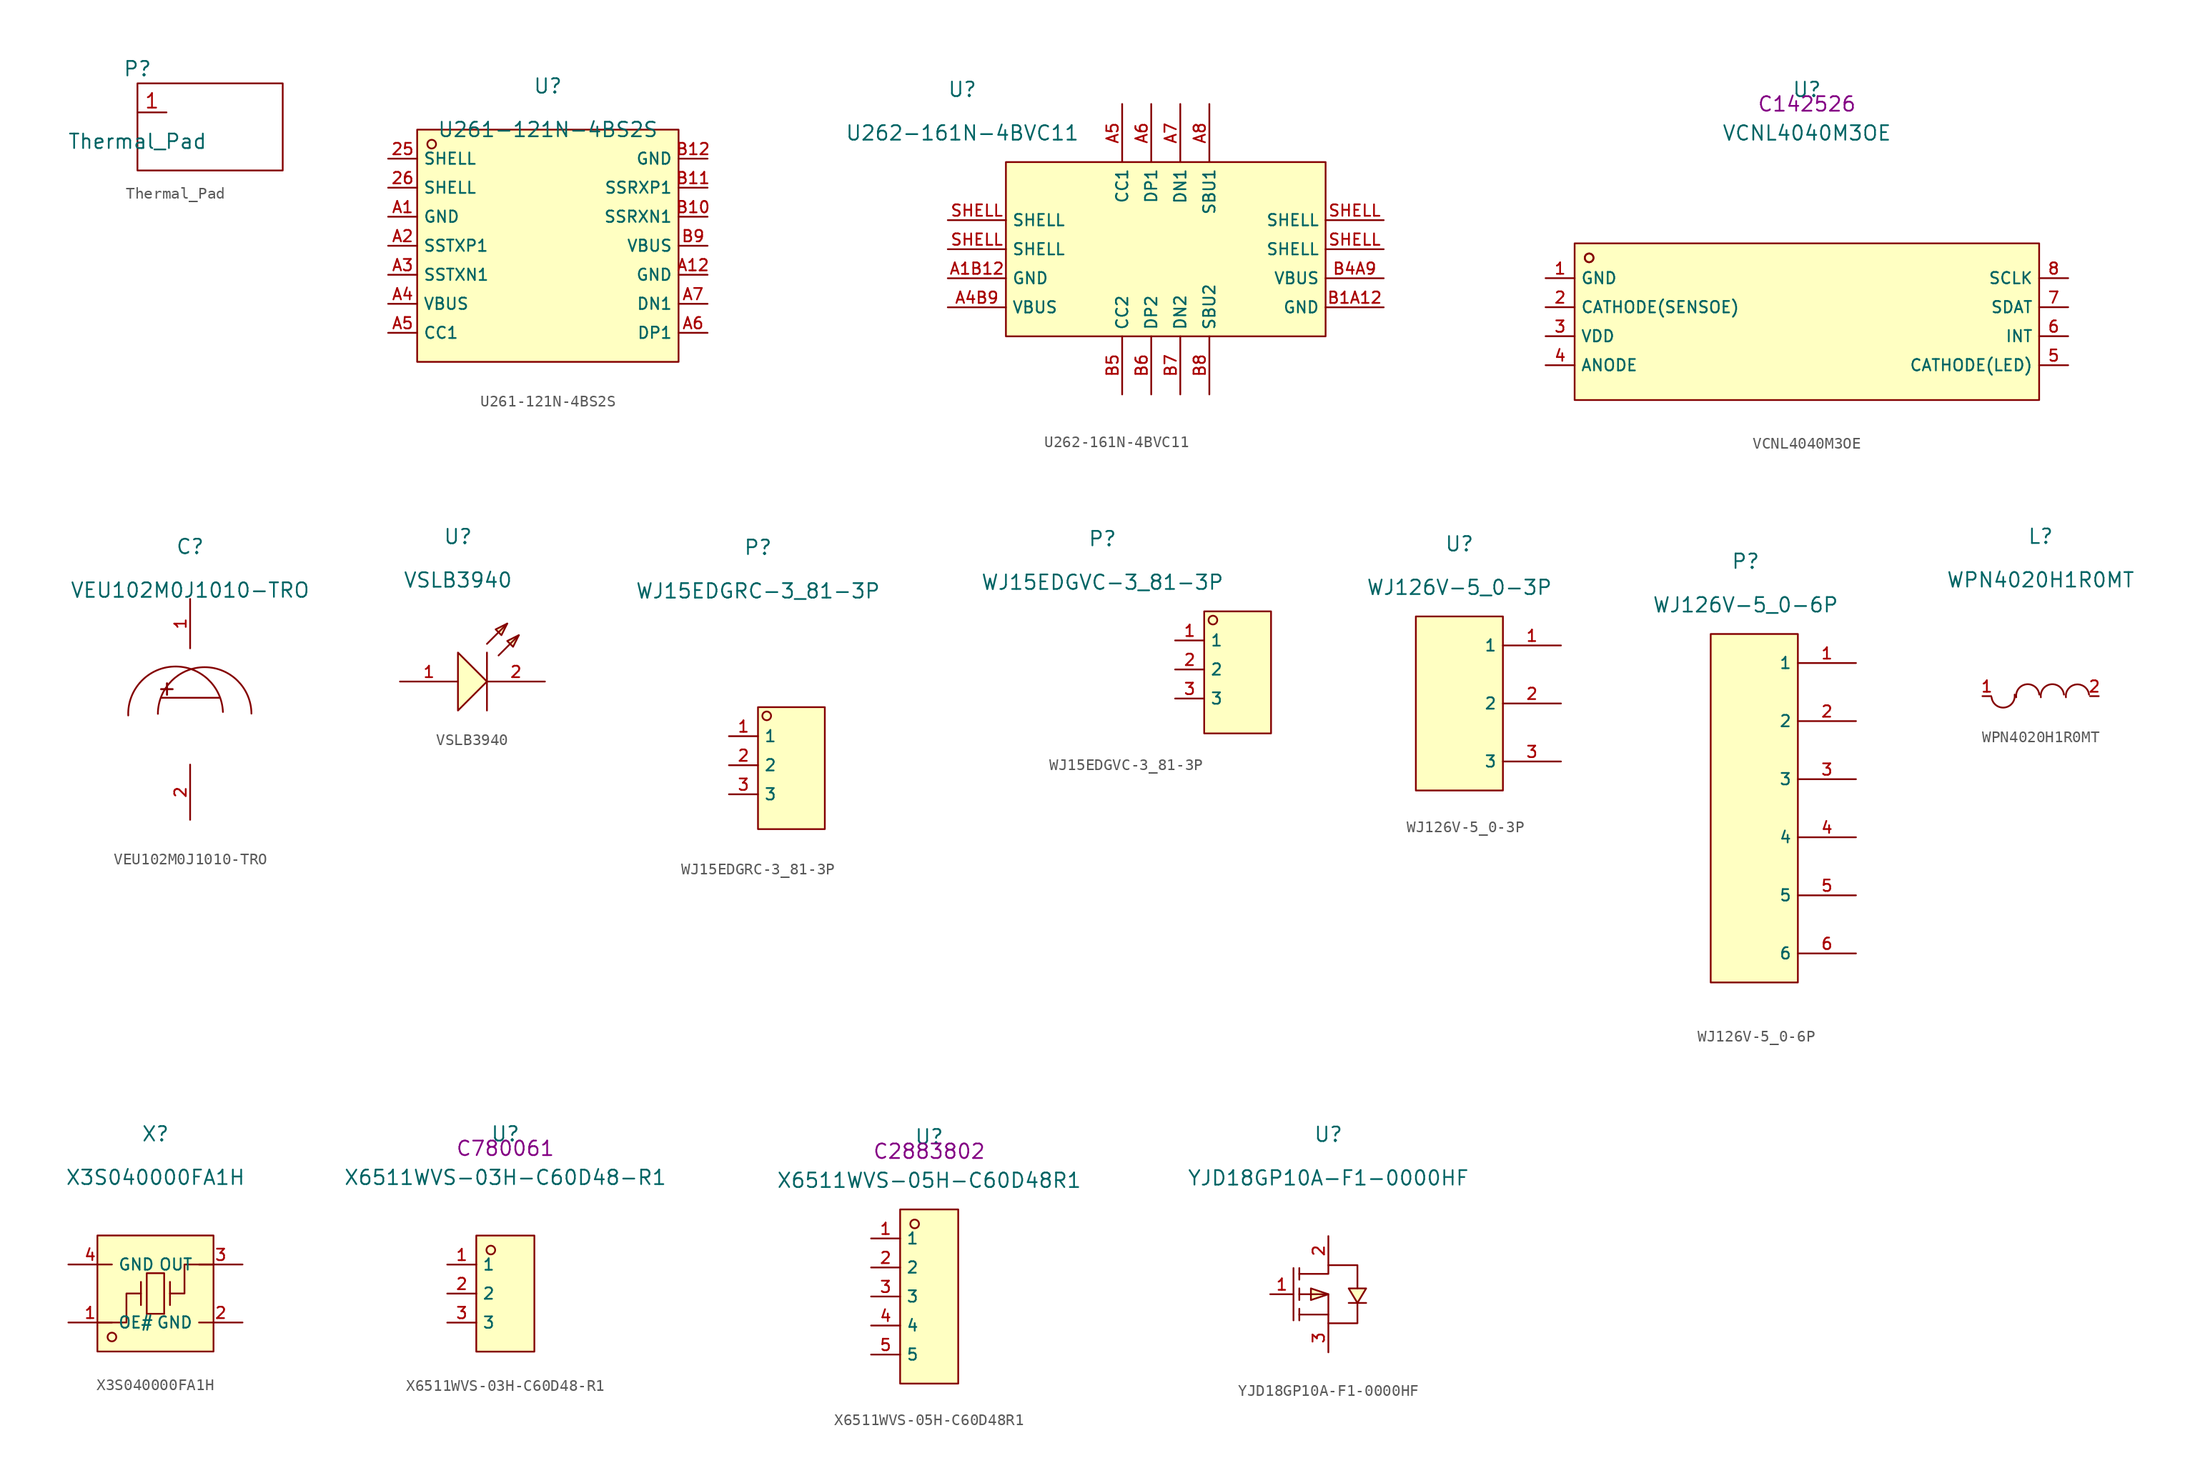
<source format=kicad_sym>
(kicad_symbol_lib
  (version 20220914)
  (generator kicad_symbol_editor)
  (symbol "Thermal_Pad"
    (property "Reference" "P"
      (at 0 3.81 0)
      (effects (font (size 1.27 1.27))))
    (property "Value" "Thermal_Pad"
      (at 0 -2.54 0)
      (effects (font (size 1.27 1.27))))
    (symbol "Thermal_Pad_0_1"
      (rectangle (start 0 2.54) (end 12.7 -5.08) (stroke (width 0.152) (type default)) (fill (type none))))
    (symbol "Thermal_Pad_1_1"
      (pin bidirectional line (at 0 0 0) (length 2.54) (name "" (effects (font (size 1.27 1.27)))) (number "1" (effects (font (size 1.27 1.27)))))))
  (symbol "U261-121N-4BS2S"
    (property "Reference" "U"
      (at 0 1.27 0)
      (effects (font (size 1.27 1.27))))
    (property "Value" "U261-121N-4BS2S"
      (at 0 -2.54 0)
      (effects (font (size 1.27 1.27))))
    (symbol "U261-121N-4BS2S_0_0"
      (rectangle (start -11.43 -2.54) (end 11.43 -22.86) (stroke (width 0) (type default)) (fill (type background)))
      (circle (center -10.16 -3.81) (radius 0.381) (stroke (width 0) (type default)) (fill (type background)))
      (pin unspecified line (at -13.97 -5.08 0) (length 2.54) (name "SHELL" (effects (font (size 1 1)))) (number "25" (effects (font (size 1 1)))))
      (pin unspecified line (at -13.97 -7.62 0) (length 2.54) (name "SHELL" (effects (font (size 1 1)))) (number "26" (effects (font (size 1 1)))))
      (pin unspecified line (at -13.97 -10.16 0) (length 2.54) (name "GND" (effects (font (size 1 1)))) (number "A1" (effects (font (size 1 1)))))
      (pin unspecified line (at 13.97 -15.24 180) (length 2.54) (name "GND" (effects (font (size 1 1)))) (number "A12" (effects (font (size 1 1)))))
      (pin unspecified line (at -13.97 -12.7 0) (length 2.54) (name "SSTXP1" (effects (font (size 1 1)))) (number "A2" (effects (font (size 1 1)))))
      (pin unspecified line (at -13.97 -15.24 0) (length 2.54) (name "SSTXN1" (effects (font (size 1 1)))) (number "A3" (effects (font (size 1 1)))))
      (pin unspecified line (at -13.97 -17.78 0) (length 2.54) (name "VBUS" (effects (font (size 1 1)))) (number "A4" (effects (font (size 1 1)))))
      (pin unspecified line (at -13.97 -20.32 0) (length 2.54) (name "CC1" (effects (font (size 1 1)))) (number "A5" (effects (font (size 1 1)))))
      (pin unspecified line (at 13.97 -20.32 180) (length 2.54) (name "DP1" (effects (font (size 1 1)))) (number "A6" (effects (font (size 1 1)))))
      (pin unspecified line (at 13.97 -17.78 180) (length 2.54) (name "DN1" (effects (font (size 1 1)))) (number "A7" (effects (font (size 1 1)))))
      (pin unspecified line (at 13.97 -10.16 180) (length 2.54) (name "SSRXN1" (effects (font (size 1 1)))) (number "B10" (effects (font (size 1 1)))))
      (pin unspecified line (at 13.97 -7.62 180) (length 2.54) (name "SSRXP1" (effects (font (size 1 1)))) (number "B11" (effects (font (size 1 1)))))
      (pin unspecified line (at 13.97 -5.08 180) (length 2.54) (name "GND" (effects (font (size 1 1)))) (number "B12" (effects (font (size 1 1)))))
      (pin unspecified line (at 13.97 -12.7 180) (length 2.54) (name "VBUS" (effects (font (size 1 1)))) (number "B9" (effects (font (size 1 1)))))))
  (symbol "U262-161N-4BVC11"
    (property "Reference" "U"
      (at -16.51 13.97 0)
      (effects (font (size 1.27 1.27))))
    (property "Value" "U262-161N-4BVC11"
      (at -16.51 10.16 0)
      (effects (font (size 1.27 1.27))))
    (symbol "U262-161N-4BVC11_0_0"
      (rectangle (start -12.7 7.62) (end 15.24 -7.62) (stroke (width 0) (type default)) (fill (type background)))
      (pin unspecified line (at -17.78 -2.54 0) (length 5.08) (name "GND" (effects (font (size 1 1)))) (number "A1B12" (effects (font (size 1 1)))))
      (pin unspecified line (at -17.78 -5.08 0) (length 5.08) (name "VBUS" (effects (font (size 1 1)))) (number "A4B9" (effects (font (size 1 1)))))
      (pin unspecified line (at -2.54 12.7 270) (length 5.08) (name "CC1" (effects (font (size 1 1)))) (number "A5" (effects (font (size 1 1)))))
      (pin unspecified line (at 0 12.7 270) (length 5.08) (name "DP1" (effects (font (size 1 1)))) (number "A6" (effects (font (size 1 1)))))
      (pin unspecified line (at 2.54 12.7 270) (length 5.08) (name "DN1" (effects (font (size 1 1)))) (number "A7" (effects (font (size 1 1)))))
      (pin unspecified line (at 5.08 12.7 270) (length 5.08) (name "SBU1" (effects (font (size 1 1)))) (number "A8" (effects (font (size 1 1)))))
      (pin unspecified line (at 20.32 -5.08 180) (length 5.08) (name "GND" (effects (font (size 1 1)))) (number "B1A12" (effects (font (size 1 1)))))
      (pin unspecified line (at 20.32 -2.54 180) (length 5.08) (name "VBUS" (effects (font (size 1 1)))) (number "B4A9" (effects (font (size 1 1)))))
      (pin unspecified line (at -2.54 -12.7 90) (length 5.08) (name "CC2" (effects (font (size 1 1)))) (number "B5" (effects (font (size 1 1)))))
      (pin unspecified line (at 0 -12.7 90) (length 5.08) (name "DP2" (effects (font (size 1 1)))) (number "B6" (effects (font (size 1 1)))))
      (pin unspecified line (at 2.54 -12.7 90) (length 5.08) (name "DN2" (effects (font (size 1 1)))) (number "B7" (effects (font (size 1 1)))))
      (pin unspecified line (at 5.08 -12.7 90) (length 5.08) (name "SBU2" (effects (font (size 1 1)))) (number "B8" (effects (font (size 1 1)))))
      (pin unspecified line (at -17.78 0 0) (length 5.08) (name "SHELL" (effects (font (size 1 1)))) (number "SHELL" (effects (font (size 1 1)))))
      (pin unspecified line (at -17.78 2.54 0) (length 5.08) (name "SHELL" (effects (font (size 1 1)))) (number "SHELL" (effects (font (size 1 1)))))
      (pin unspecified line (at 20.32 0 180) (length 5.08) (name "SHELL" (effects (font (size 1 1)))) (number "SHELL" (effects (font (size 1 1)))))
      (pin unspecified line (at 20.32 2.54 180) (length 5.08) (name "SHELL" (effects (font (size 1 1)))) (number "SHELL" (effects (font (size 1 1)))))))
  (symbol "VCNL4040M3OE"
    (property "Reference" "U"
      (at 0 1.27 0)
      (effects (font (size 1.27 1.27))))
    (property "Value" "VCNL4040M3OE"
      (at 0 -2.54 0)
      (effects (font (size 1.27 1.27))))
    (property "LCSC" "C142526"
      (at 0 0 0)
      (effects (font (size 1.27 1.27))))
    (symbol "VCNL4040M3OE_0_0"
      (rectangle (start -20.32 -12.192) (end 20.32 -25.908) (stroke (width 0) (type default)) (fill (type background)))
      (circle (center -19.05 -13.462) (radius 0.381) (stroke (width 0) (type default)) (fill (type background)))
      (circle (center -19.05 -13.462) (radius 0.381) (stroke (width 0) (type default)) (fill (type background)))
      (pin unspecified line (at -22.86 -15.24 0) (length 2.54) (name "GND" (effects (font (size 1 1)))) (number "1" (effects (font (size 1 1)))))
      (pin unspecified line (at -22.86 -17.78 0) (length 2.54) (name "CATHODE(SENSOE)" (effects (font (size 1 1)))) (number "2" (effects (font (size 1 1)))))
      (pin unspecified line (at -22.86 -20.32 0) (length 2.54) (name "VDD" (effects (font (size 1 1)))) (number "3" (effects (font (size 1 1)))))
      (pin unspecified line (at -22.86 -22.86 0) (length 2.54) (name "ANODE" (effects (font (size 1 1)))) (number "4" (effects (font (size 1 1)))))
      (pin unspecified line (at 22.86 -22.86 180) (length 2.54) (name "CATHODE(LED)" (effects (font (size 1 1)))) (number "5" (effects (font (size 1 1)))))
      (pin unspecified line (at 22.86 -20.32 180) (length 2.54) (name "INT" (effects (font (size 1 1)))) (number "6" (effects (font (size 1 1)))))
      (pin unspecified line (at 22.86 -17.78 180) (length 2.54) (name "SDAT" (effects (font (size 1 1)))) (number "7" (effects (font (size 1 1)))))
      (pin unspecified line (at 22.86 -15.24 180) (length 2.54) (name "SCLK" (effects (font (size 1 1)))) (number "8" (effects (font (size 1 1)))))))
  (symbol "VEU102M0J1010-TRO"
    (pin_names hide)
    (property "Reference" "C"
      (at 0 1.27 0)
      (effects (font (size 1.27 1.27))))
    (property "Value" "VEU102M0J1010-TRO"
      (at 0 -2.54 0)
      (effects (font (size 1.27 1.27))))
    (symbol "VEU102M0J1010-TRO_0_0"
      (rectangle (start -2.54 -11.176) (end -1.524 -11.201) (stroke (width 0) (type default)) (fill (type background)))
      (rectangle (start -2.032 -10.668) (end -2.007 -11.684) (stroke (width 0) (type default)) (fill (type background)))
      (polyline (pts (xy -2.54 -11.938) (xy 2.54 -11.938)) (stroke (width 0) (type default)) (fill (type none)))
      (arc (start 2.8653 -13.1832) (mid -1.421 -9.2178) (end -5.4053 -13.4868) (stroke (width 0) (type default)) (fill (type none)))
      (arc (start 5.3552 -13.3243) (mid 1.2593 -9.2675) (end -2.8152 -13.3457) (stroke (width 0) (type default)) (fill (type none)))
      (pin unspecified line (at 0 -7.62 90) (length 4.318) (name "1" (effects (font (size 1 1)))) (number "1" (effects (font (size 1 1)))))
      (pin unspecified line (at 0 -17.78 270) (length 4.826) (name "2" (effects (font (size 1 1)))) (number "2" (effects (font (size 1 1)))))))
  (symbol "VSLB3940"
    (pin_names hide)
    (property "Reference" "U"
      (at 0 1.27 0)
      (effects (font (size 1.27 1.27))))
    (property "Value" "VSLB3940"
      (at 0 -2.54 0)
      (effects (font (size 1.27 1.27))))
    (symbol "VSLB3940_0_0"
      (polyline (pts (xy 2.54 -13.97) (xy 2.54 -8.89)) (stroke (width 0) (type default)) (fill (type none)))
      (polyline (pts (xy 2.54 -8.128) (xy 4.318 -6.35)) (stroke (width 0) (type default)) (fill (type none)))
      (polyline (pts (xy 3.556 -9.144) (xy 5.334 -7.366)) (stroke (width 0) (type default)) (fill (type none)))
      (polyline (pts (xy 0 -8.89) (xy 2.54 -11.43) (xy 0 -13.97) (xy 0 -8.89)) (stroke (width 0) (type default)) (fill (type background)))
      (polyline (pts (xy 4.318 -6.35) (xy 3.81 -7.366) (xy 3.302 -6.858) (xy 4.318 -6.35)) (stroke (width 0) (type default)) (fill (type background)))
      (polyline (pts (xy 5.334 -7.366) (xy 4.826 -8.382) (xy 4.318 -7.874) (xy 5.334 -7.366)) (stroke (width 0) (type default)) (fill (type background)))
      (pin input line (at -5.08 -11.43 0) (length 5.08) (name "A" (effects (font (size 1 1)))) (number "1" (effects (font (size 1 1)))))
      (pin input line (at 7.62 -11.43 180) (length 5.08) (name "C" (effects (font (size 1 1)))) (number "2" (effects (font (size 1 1)))))))
  (symbol "WJ15EDGRC-3_81-3P"
    (property "Reference" "P"
      (at 0 1.27 0)
      (effects (font (size 1.27 1.27))))
    (property "Value" "WJ15EDGRC-3_81-3P"
      (at 0 -2.54 0)
      (effects (font (size 1.27 1.27))))
    (symbol "WJ15EDGRC-3_81-3P_0_0"
      (rectangle (start 0 -12.7) (end 5.842 -23.368) (stroke (width 0) (type default)) (fill (type background)))
      (circle (center 0.762 -13.462) (radius 0.381) (stroke (width 0) (type default)) (fill (type background)))
      (pin unspecified line (at -2.54 -15.24 0) (length 2.54) (name "1" (effects (font (size 1 1)))) (number "1" (effects (font (size 1 1)))))
      (pin unspecified line (at -2.54 -17.78 0) (length 2.54) (name "2" (effects (font (size 1 1)))) (number "2" (effects (font (size 1 1)))))
      (pin unspecified line (at -2.54 -20.32 0) (length 2.54) (name "3" (effects (font (size 1 1)))) (number "3" (effects (font (size 1 1)))))))
  (symbol "WJ15EDGVC-3_81-3P"
    (property "Reference" "P"
      (at 0 1.27 0)
      (effects (font (size 1.27 1.27))))
    (property "Value" "WJ15EDGVC-3_81-3P"
      (at 0 -2.54 0)
      (effects (font (size 1.27 1.27))))
    (symbol "WJ15EDGVC-3_81-3P_0_0"
      (rectangle (start 8.89 -5.08) (end 14.732 -15.748) (stroke (width 0) (type default)) (fill (type background)))
      (circle (center 9.652 -5.842) (radius 0.381) (stroke (width 0) (type default)) (fill (type background)))
      (pin unspecified line (at 6.35 -7.62 0) (length 2.54) (name "1" (effects (font (size 1 1)))) (number "1" (effects (font (size 1 1)))))
      (pin unspecified line (at 6.35 -10.16 0) (length 2.54) (name "2" (effects (font (size 1 1)))) (number "2" (effects (font (size 1 1)))))
      (pin unspecified line (at 6.35 -12.7 0) (length 2.54) (name "3" (effects (font (size 1 1)))) (number "3" (effects (font (size 1 1)))))))
  (symbol "WJ126V-5_0-3P"
    (property "Reference" "U"
      (at 0 1.27 0)
      (effects (font (size 1.27 1.27))))
    (property "Value" "WJ126V-5_0-3P"
      (at 0 -2.54 0)
      (effects (font (size 1.27 1.27))))
    (symbol "WJ126V-5_0-3P_0_0"
      (rectangle (start -3.81 -5.08) (end 3.81 -20.32) (stroke (width 0) (type default)) (fill (type background)))
      (pin input line (at 8.89 -7.62 180) (length 5.08) (name "1" (effects (font (size 1 1)))) (number "1" (effects (font (size 1 1)))))
      (pin input line (at 8.89 -12.7 180) (length 5.08) (name "2" (effects (font (size 1 1)))) (number "2" (effects (font (size 1 1)))))
      (pin input line (at 8.89 -17.78 180) (length 5.08) (name "3" (effects (font (size 1 1)))) (number "3" (effects (font (size 1 1)))))))
  (symbol "WJ126V-5_0-6P"
    (property "Reference" "P"
      (at 0 1.27 0)
      (effects (font (size 1.27 1.27))))
    (property "Value" "WJ126V-5_0-6P"
      (at 0 -2.54 0)
      (effects (font (size 1.27 1.27))))
    (symbol "WJ126V-5_0-6P_0_0"
      (rectangle (start -3.048 -5.08) (end 4.572 -35.56) (stroke (width 0) (type default)) (fill (type background)))
      (pin bidirectional line (at 9.652 -7.62 180) (length 5.08) (name "1" (effects (font (size 1 1)))) (number "1" (effects (font (size 1 1)))))
      (pin bidirectional line (at 9.652 -12.7 180) (length 5.08) (name "2" (effects (font (size 1 1)))) (number "2" (effects (font (size 1 1)))))
      (pin bidirectional line (at 9.652 -17.78 180) (length 5.08) (name "3" (effects (font (size 1 1)))) (number "3" (effects (font (size 1 1)))))
      (pin bidirectional line (at 9.652 -22.86 180) (length 5.08) (name "4" (effects (font (size 1 1)))) (number "4" (effects (font (size 1 1)))))
      (pin bidirectional line (at 9.652 -27.94 180) (length 5.08) (name "5" (effects (font (size 1 1)))) (number "5" (effects (font (size 1 1)))))
      (pin bidirectional line (at 9.652 -33.02 180) (length 5.08) (name "6" (effects (font (size 1 1)))) (number "6" (effects (font (size 1 1)))))))
  (symbol "WPN4020H1R0MT"
    (pin_names hide)
    (property "Reference" "L"
      (at 0 1.27 0)
      (effects (font (size 1.27 1.27))))
    (property "Value" "WPN4020H1R0MT"
      (at 0 -2.54 0)
      (effects (font (size 1.27 1.27))))
    (symbol "WPN4020H1R0MT_0_0"
      (arc (start -4.2859 -12.801) (mid -3.1591 -13.6924) (end -2.2676 -12.5655) (stroke (width 0) (type default)) (fill (type none)))
      (arc (start -0.1129 -12.5649) (mid -1.2397 -11.6737) (end -2.1312 -12.8003) (stroke (width 0) (type default)) (fill (type none)))
      (arc (start 2.0377 -12.5649) (mid 0.9109 -11.6737) (end 0.0194 -12.8003) (stroke (width 0) (type default)) (fill (type none)))
      (arc (start 4.2305 -12.5654) (mid 3.1037 -11.6742) (end 2.2122 -12.8008) (stroke (width 0) (type default)) (fill (type none)))
      (pin unspecified line (at -5.08 -12.7 0) (length 0.762) (name "1" (effects (font (size 1 1)))) (number "1" (effects (font (size 1 1)))))
      (pin unspecified line (at 5.08 -12.7 180) (length 0.762) (name "2" (effects (font (size 1 1)))) (number "2" (effects (font (size 1 1)))))))
  (symbol "X3S040000FA1H"
    (property "Reference" "X"
      (at 0 1.27 0)
      (effects (font (size 1.27 1.27))))
    (property "Value" "X3S040000FA1H"
      (at 0 -2.54 0)
      (effects (font (size 1.27 1.27))))
    (symbol "X3S040000FA1H_0_0"
      (rectangle (start -5.08 -7.62) (end 5.08 -17.78) (stroke (width 0) (type default)) (fill (type background)))
      (circle (center -3.81 -16.51) (radius 0.381) (stroke (width 0) (type default)) (fill (type background)))
      (polyline (pts (xy -1.27 -13.716) (xy -1.27 -11.684)) (stroke (width 0) (type default)) (fill (type none)))
      (polyline (pts (xy 0.762 -14.478) (xy -0.762 -14.478)) (stroke (width 0) (type default)) (fill (type none)))
      (polyline (pts (xy 1.27 -13.716) (xy 1.27 -11.684)) (stroke (width 0) (type default)) (fill (type none)))
      (polyline (pts (xy -5.08 -15.24) (xy -2.54 -15.24) (xy -2.54 -12.7) (xy -1.27 -12.7)) (stroke (width 0) (type default)) (fill (type none)))
      (polyline (pts (xy -0.762 -14.478) (xy -0.762 -10.922) (xy 0.762 -10.922) (xy 0.762 -14.478)) (stroke (width 0) (type default)) (fill (type none)))
      (polyline (pts (xy 5.08 -10.16) (xy 2.54 -10.16) (xy 2.54 -12.7) (xy 1.27 -12.7)) (stroke (width 0) (type default)) (fill (type none)))
      (pin input line (at -7.62 -15.24 0) (length 3.81) (name "OE#" (effects (font (size 1 1)))) (number "1" (effects (font (size 1 1)))))
      (pin input line (at 7.62 -15.24 180) (length 3.81) (name "GND" (effects (font (size 1 1)))) (number "2" (effects (font (size 1 1)))))
      (pin input line (at 7.62 -10.16 180) (length 3.81) (name "OUT" (effects (font (size 1 1)))) (number "3" (effects (font (size 1 1)))))
      (pin input line (at -7.62 -10.16 0) (length 3.81) (name "GND" (effects (font (size 1 1)))) (number "4" (effects (font (size 1 1)))))))
  (symbol "X6511WVS-03H-C60D48-R1"
    (property "Reference" "U"
      (at 0 1.27 0)
      (effects (font (size 1.27 1.27))))
    (property "Value" "X6511WVS-03H-C60D48-R1"
      (at 0 -2.54 0)
      (effects (font (size 1.27 1.27))))
    (property "LCSC" "C780061"
      (at 0 0 0)
      (effects (font (size 1.27 1.27))))
    (symbol "X6511WVS-03H-C60D48-R1_0_0"
      (rectangle (start -2.54 -7.62) (end 2.54 -17.78) (stroke (width 0) (type default)) (fill (type background)))
      (circle (center -1.27 -8.89) (radius 0.381) (stroke (width 0) (type default)) (fill (type background)))
      (pin unspecified line (at -5.08 -10.16 0) (length 2.54) (name "1" (effects (font (size 1 1)))) (number "1" (effects (font (size 1 1)))))
      (pin unspecified line (at -5.08 -12.7 0) (length 2.54) (name "2" (effects (font (size 1 1)))) (number "2" (effects (font (size 1 1)))))
      (pin unspecified line (at -5.08 -15.24 0) (length 2.54) (name "3" (effects (font (size 1 1)))) (number "3" (effects (font (size 1 1)))))))
  (symbol "X6511WVS-05H-C60D48R1"
    (property "Reference" "U"
      (at 0 1.27 0)
      (effects (font (size 1.27 1.27))))
    (property "Value" "X6511WVS-05H-C60D48R1"
      (at 0 -2.54 0)
      (effects (font (size 1.27 1.27))))
    (property "LCSC" "C2883802"
      (at 0 0 0)
      (effects (font (size 1.27 1.27))))
    (symbol "X6511WVS-05H-C60D48R1_0_0"
      (rectangle (start -2.54 -5.08) (end 2.54 -20.32) (stroke (width 0) (type default)) (fill (type background)))
      (circle (center -1.27 -6.35) (radius 0.381) (stroke (width 0) (type default)) (fill (type background)))
      (pin unspecified line (at -5.08 -7.62 0) (length 2.54) (name "1" (effects (font (size 1 1)))) (number "1" (effects (font (size 1 1)))))
      (pin unspecified line (at -5.08 -10.16 0) (length 2.54) (name "2" (effects (font (size 1 1)))) (number "2" (effects (font (size 1 1)))))
      (pin unspecified line (at -5.08 -12.7 0) (length 2.54) (name "3" (effects (font (size 1 1)))) (number "3" (effects (font (size 1 1)))))
      (pin unspecified line (at -5.08 -15.24 0) (length 2.54) (name "4" (effects (font (size 1 1)))) (number "4" (effects (font (size 1 1)))))
      (pin unspecified line (at -5.08 -17.78 0) (length 2.54) (name "5" (effects (font (size 1 1)))) (number "5" (effects (font (size 1 1)))))))
  (symbol "YJD18GP10A-F1-0000HF"
    (pin_names hide)
    (property "Reference" "U"
      (at 0 1.27 0)
      (effects (font (size 1.27 1.27))))
    (property "Value" "YJD18GP10A-F1-0000HF"
      (at 0 -2.54 0)
      (effects (font (size 1.27 1.27))))
    (symbol "YJD18GP10A-F1-0000HF_0_0"
      (polyline (pts (xy -3.048 -10.414) (xy -3.048 -14.986)) (stroke (width 0) (type default)) (fill (type none)))
      (polyline (pts (xy -2.54 -14.986) (xy -2.54 -13.97)) (stroke (width 0) (type default)) (fill (type none)))
      (polyline (pts (xy -2.54 -13.208) (xy -2.54 -12.192)) (stroke (width 0) (type default)) (fill (type none)))
      (polyline (pts (xy -2.54 -10.414) (xy -2.54 -11.43)) (stroke (width 0) (type default)) (fill (type none)))
      (polyline (pts (xy 0 -14.478) (xy -2.54 -14.478)) (stroke (width 0) (type default)) (fill (type none)))
      (polyline (pts (xy 0 -12.7) (xy -1.524 -12.192) (xy -1.524 -13.208) (xy 0 -12.7)) (stroke (width 0) (type default)) (fill (type background)))
      (polyline (pts (xy 2.54 -13.462) (xy 1.778 -12.192) (xy 3.302 -12.192) (xy 2.54 -13.462)) (stroke (width 0) (type default)) (fill (type background)))
      (polyline (pts (xy 3.302 -13.462) (xy 3.048 -13.462) (xy 2.032 -13.462) (xy 1.778 -13.462)) (stroke (width 0) (type default)) (fill (type none)))
      (polyline (pts (xy -2.54 -12.7) (xy 0 -12.7) (xy 0 -15.24) (xy 2.54 -15.24) (xy 2.54 -13.462)) (stroke (width 0) (type default)) (fill (type none)))
      (polyline (pts (xy -2.54 -10.922) (xy 0 -10.922) (xy 0 -10.16) (xy 2.54 -10.16) (xy 2.54 -12.192)) (stroke (width 0) (type default)) (fill (type none)))
      (pin unspecified line (at -5.08 -12.7 0) (length 2.032) (name "G" (effects (font (size 1 1)))) (number "1" (effects (font (size 1 1)))))
      (pin unspecified line (at 0 -7.62 270) (length 2.54) (name "D" (effects (font (size 1 1)))) (number "2" (effects (font (size 1 1)))))
      (pin unspecified line (at 0 -17.78 90) (length 2.54) (name "S" (effects (font (size 1 1)))) (number "3" (effects (font (size 1 1))))))))
</source>
